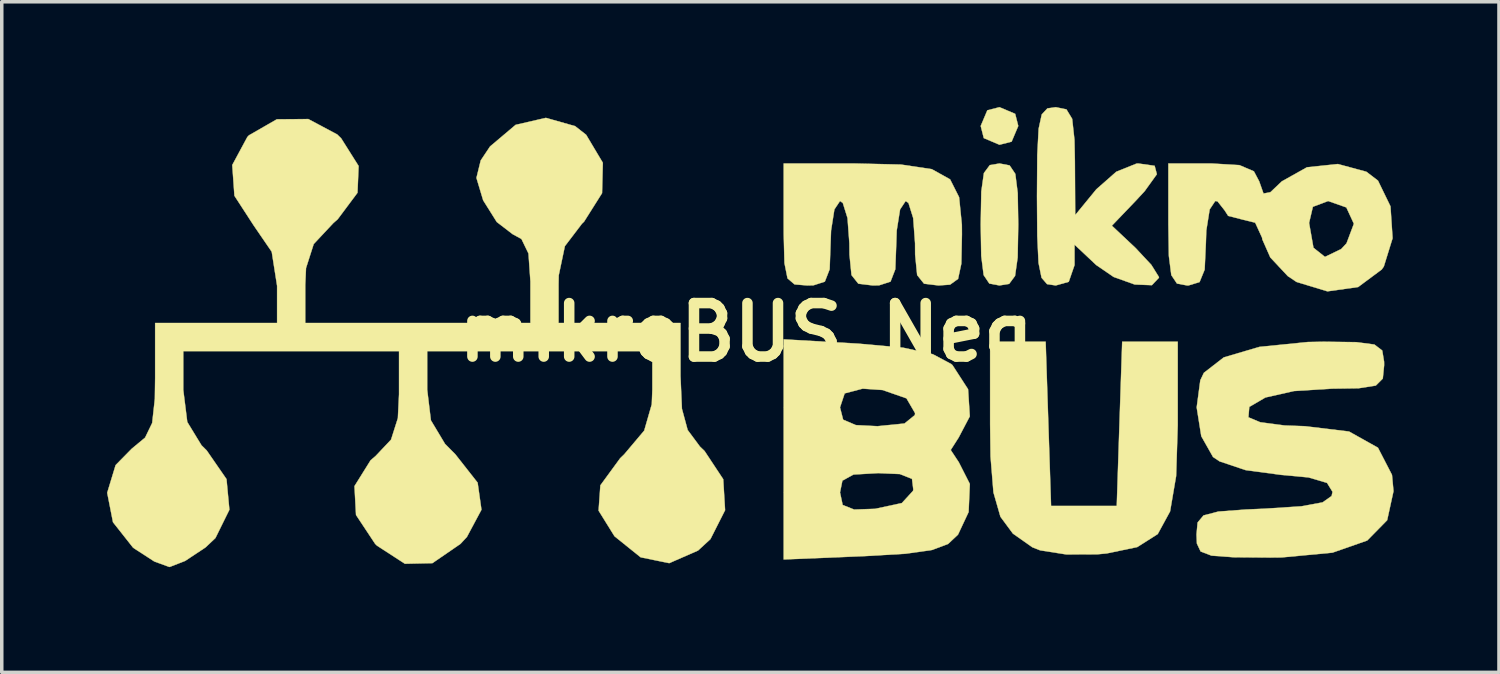
<source format=kicad_pcb>
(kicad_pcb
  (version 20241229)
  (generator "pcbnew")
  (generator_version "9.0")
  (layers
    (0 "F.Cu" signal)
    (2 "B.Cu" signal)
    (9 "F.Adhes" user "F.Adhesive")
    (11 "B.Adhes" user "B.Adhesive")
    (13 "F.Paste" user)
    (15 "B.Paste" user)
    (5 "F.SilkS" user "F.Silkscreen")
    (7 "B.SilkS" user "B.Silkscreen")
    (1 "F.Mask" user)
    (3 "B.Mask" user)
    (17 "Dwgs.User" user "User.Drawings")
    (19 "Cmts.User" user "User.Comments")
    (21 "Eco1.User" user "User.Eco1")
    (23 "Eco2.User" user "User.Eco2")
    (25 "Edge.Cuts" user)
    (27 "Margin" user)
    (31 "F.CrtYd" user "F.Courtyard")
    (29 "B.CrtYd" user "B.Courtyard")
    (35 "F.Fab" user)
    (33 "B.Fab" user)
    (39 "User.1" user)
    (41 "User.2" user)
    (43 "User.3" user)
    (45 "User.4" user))
  (footprint "mikroBUS_Neg"
    (layer "F.Cu")
    (at 18.215 6.422)
    (property "Reference" "mikroBUS_Neg" (at 0 0 0) (layer "F.SilkS") (effects (font (size 1.524 1.524) (thickness 0.3))))
    (attr through_hole)
    (fp_poly (pts (xy 7.666 -6.228) (xy 7.754 -5.882) (xy 7.565 -5.435) (xy 7.219 -5.347) (xy 6.772 -5.536) (xy 6.684 -5.882) (xy 6.873 -6.329) (xy 7.219 -6.417) (xy 7.666 -6.228)) (stroke (width 0.01) (type solid)) (fill yes) (layer "F.SilkS"))
    (fp_poly (pts (xy 7.508 -4.758) (xy 7.67 -4.517) (xy 7.739 -3.971) (xy 7.754 -3.075) (xy 7.737 -2.134) (xy 7.663 -1.61) (xy 7.495 -1.383) (xy 7.219 -1.337) (xy 6.93 -1.391) (xy 6.768 -1.632) (xy 6.699 -2.179) (xy 6.684 -3.075) (xy 6.701 -4.015) (xy 6.775 -4.54) (xy 6.943 -4.766) (xy 7.219 -4.813) (xy 7.508 -4.758)) (stroke (width 0.01) (type solid)) (fill yes) (layer "F.SilkS"))
    (fp_poly (pts (xy 8.612 2.607) (xy 8.689 4.946) (xy 10.561 4.946) (xy 10.638 2.607) (xy 10.716 0.267) (xy 12.299 0.267) (xy 12.299 2.644) (xy 12.253 4.095) (xy 12.081 5.102) (xy 11.729 5.748) (xy 11.145 6.119) (xy 10.276 6.3) (xy 10.009 6.325) (xy 9.119 6.328) (xy 8.379 6.212) (xy 8.155 6.124) (xy 7.601 5.734) (xy 7.246 5.254) (xy 7.047 4.561) (xy 6.964 3.537) (xy 6.952 2.623) (xy 6.952 0.267) (xy 8.535 0.267) (xy 8.612 2.607)) (stroke (width 0.01) (type solid)) (fill yes) (layer "F.SilkS"))
    (fp_poly (pts (xy 9.127 -6.355) (xy 9.29 -6.086) (xy 9.356 -5.486) (xy 9.368 -4.879) (xy 9.377 -3.342) (xy 9.979 -4.077) (xy 10.547 -4.577) (xy 11.125 -4.81) (xy 11.173 -4.813) (xy 11.641 -4.747) (xy 11.704 -4.507) (xy 11.357 -4.025) (xy 11.093 -3.74) (xy 10.422 -3.04) (xy 11.093 -2.409) (xy 11.546 -1.925) (xy 11.761 -1.58) (xy 11.764 -1.558) (xy 11.562 -1.345) (xy 11.073 -1.364) (xy 10.473 -1.579) (xy 9.977 -1.918) (xy 9.358 -2.5) (xy 9.358 -1.918) (xy 9.193 -1.441) (xy 8.823 -1.337) (xy 8.575 -1.375) (xy 8.418 -1.556) (xy 8.332 -1.98) (xy 8.296 -2.744) (xy 8.288 -3.877) (xy 8.296 -5.057) (xy 8.335 -5.802) (xy 8.424 -6.211) (xy 8.585 -6.383) (xy 8.823 -6.417) (xy 9.127 -6.355)) (stroke (width 0.01) (type solid)) (fill yes) (layer "F.SilkS"))
    (fp_poly (pts (xy 4.413 -4.782) (xy 5.29 -4.651) (xy 5.812 -4.36) (xy 6.068 -3.852) (xy 6.147 -3.067) (xy 6.149 -2.798) (xy 6.132 -1.959) (xy 6.039 -1.524) (xy 5.811 -1.36) (xy 5.481 -1.337) (xy 5.069 -1.387) (xy 4.873 -1.632) (xy 4.815 -2.215) (xy 4.813 -2.54) (xy 4.76 -3.258) (xy 4.625 -3.688) (xy 4.545 -3.743) (xy 4.386 -3.504) (xy 4.29 -2.9) (xy 4.278 -2.54) (xy 4.25 -1.798) (xy 4.114 -1.446) (xy 3.79 -1.341) (xy 3.609 -1.337) (xy 3.197 -1.387) (xy 3.002 -1.632) (xy 2.944 -2.215) (xy 2.941 -2.54) (xy 2.888 -3.258) (xy 2.754 -3.688) (xy 2.674 -3.743) (xy 2.514 -3.504) (xy 2.419 -2.9) (xy 2.406 -2.54) (xy 2.379 -1.798) (xy 2.242 -1.446) (xy 1.918 -1.341) (xy 1.738 -1.337) (xy 1.379 -1.367) (xy 1.178 -1.539) (xy 1.091 -1.974) (xy 1.07 -2.791) (xy 1.069 -3.075) (xy 1.069 -4.813) (xy 3.092 -4.813) (xy 4.413 -4.782)) (stroke (width 0.01) (type solid)) (fill yes) (layer "F.SilkS"))
    (fp_poly (pts (xy 3.205 0.322) (xy 4.475 0.437) (xy 5.32 0.623) (xy 5.845 0.903) (xy 5.879 0.933) (xy 6.324 1.621) (xy 6.373 2.393) (xy 6.056 2.996) (xy 5.829 3.352) (xy 6.054 3.693) (xy 6.056 3.694) (xy 6.374 4.32) (xy 6.339 5.12) (xy 6.037 5.764) (xy 5.754 6.03) (xy 5.295 6.202) (xy 4.541 6.309) (xy 3.372 6.377) (xy 3.364 6.377) (xy 1.069 6.472) (xy 1.069 4.561) (xy 2.674 4.561) (xy 2.75 4.92) (xy 3.077 5.049) (xy 3.674 5.029) (xy 4.436 4.865) (xy 4.755 4.517) (xy 4.763 4.478) (xy 4.726 4.175) (xy 4.379 4.038) (xy 3.763 4.011) (xy 3.057 4.052) (xy 2.742 4.226) (xy 2.674 4.561) (xy 1.069 4.561) (xy 1.069 2.139) (xy 2.674 2.139) (xy 2.763 2.489) (xy 3.126 2.643) (xy 3.743 2.674) (xy 4.512 2.597) (xy 4.807 2.358) (xy 4.813 2.301) (xy 4.568 1.88) (xy 3.886 1.643) (xy 3.32 1.604) (xy 2.807 1.739) (xy 2.674 2.139) (xy 1.069 2.139) (xy 1.069 0.199) (xy 3.205 0.322)) (stroke (width 0.01) (type solid)) (fill yes) (layer "F.SilkS"))
    (fp_poly (pts (xy 14.057 -4.766) (xy 14.469 -4.59) (xy 14.621 -4.303) (xy 14.743 -3.957) (xy 14.939 -3.994) (xy 15.265 -4.303) (xy 15.982 -4.705) (xy 16.863 -4.797) (xy 17.674 -4.578) (xy 18.006 -4.324) (xy 18.362 -3.591) (xy 18.422 -2.683) (xy 18.173 -1.879) (xy 18.114 -1.793) (xy 17.44 -1.292) (xy 16.566 -1.169) (xy 15.684 -1.437) (xy 15.436 -1.603) (xy 14.937 -2.135) (xy 14.707 -2.656) (xy 14.705 -2.693) (xy 14.51 -3.119) (xy 16.042 -3.119) (xy 16.167 -2.411) (xy 16.495 -2.151) (xy 16.958 -2.375) (xy 17.109 -2.537) (xy 17.319 -3.096) (xy 17.104 -3.561) (xy 16.585 -3.743) (xy 16.15 -3.579) (xy 16.042 -3.119) (xy 14.51 -3.119) (xy 14.507 -3.126) (xy 14.171 -3.208) (xy 13.736 -3.32) (xy 13.636 -3.476) (xy 13.432 -3.735) (xy 13.368 -3.743) (xy 13.209 -3.504) (xy 13.113 -2.9) (xy 13.101 -2.54) (xy 13.066 -1.788) (xy 12.921 -1.433) (xy 12.605 -1.337) (xy 12.566 -1.337) (xy 12.277 -1.391) (xy 12.116 -1.632) (xy 12.046 -2.179) (xy 12.032 -3.075) (xy 12.032 -4.813) (xy 13.26 -4.813) (xy 14.057 -4.766)) (stroke (width 0.01) (type solid)) (fill yes) (layer "F.SilkS"))
    (fp_poly (pts (xy 17.389 0.279) (xy 17.904 0.347) (xy 18.127 0.517) (xy 18.18 0.837) (xy 18.181 0.936) (xy 18.143 1.317) (xy 17.944 1.516) (xy 17.453 1.593) (xy 16.693 1.604) (xy 15.612 1.672) (xy 14.797 1.856) (xy 14.338 2.124) (xy 14.313 2.42) (xy 14.647 2.561) (xy 15.34 2.653) (xy 15.924 2.674) (xy 17.181 2.826) (xy 18.005 3.287) (xy 18.405 4.062) (xy 18.448 4.526) (xy 18.267 5.354) (xy 17.699 5.932) (xy 16.709 6.278) (xy 15.261 6.414) (xy 14.937 6.417) (xy 13.887 6.409) (xy 13.261 6.363) (xy 12.951 6.244) (xy 12.845 6.018) (xy 12.834 5.76) (xy 12.865 5.42) (xy 13.034 5.217) (xy 13.455 5.107) (xy 14.244 5.048) (xy 14.772 5.025) (xy 15.82 4.957) (xy 16.427 4.845) (xy 16.684 4.664) (xy 16.711 4.545) (xy 16.554 4.29) (xy 16.026 4.134) (xy 15.243 4.061) (xy 14.236 3.926) (xy 13.492 3.677) (xy 13.305 3.552) (xy 12.97 2.959) (xy 12.839 2.139) (xy 12.942 1.367) (xy 13.044 1.153) (xy 13.612 0.713) (xy 14.626 0.414) (xy 16.009 0.275) (xy 16.461 0.267) (xy 17.389 0.279)) (stroke (width 0.01) (type solid)) (fill yes) (layer "F.SilkS"))
    (fp_poly (pts (xy -4.875 -5.877) (xy -4.561 -5.631) (xy -4.085 -4.833) (xy -4.107 -3.968) (xy -4.62 -3.155) (xy -4.679 -3.098) (xy -5.167 -2.457) (xy -5.342 -1.625) (xy -5.347 -1.373) (xy -5.347 -0.267) (xy -1.872 -0.267) (xy -1.872 1.239) (xy -1.831 2.178) (xy -1.667 2.784) (xy -1.317 3.255) (xy -1.186 3.381) (xy -0.654 4.185) (xy -0.601 5.068) (xy -1.019 5.893) (xy -1.372 6.218) (xy -2.193 6.577) (xy -3.008 6.41) (xy -3.752 5.811) (xy -4.206 5.08) (xy -4.155 4.359) (xy -3.59 3.586) (xy -3.476 3.476) (xy -2.906 2.8) (xy -2.69 2.049) (xy -2.674 1.631) (xy -2.674 0.535) (xy -9.091 0.535) (xy -9.091 1.631) (xy -8.985 2.507) (xy -8.583 3.178) (xy -8.288 3.476) (xy -7.653 4.284) (xy -7.544 5.054) (xy -7.959 5.83) (xy -8.143 6.028) (xy -8.942 6.577) (xy -9.726 6.594) (xy -10.523 6.077) (xy -10.573 6.028) (xy -11.119 5.204) (xy -11.163 4.382) (xy -10.703 3.645) (xy -10.561 3.524) (xy -10.121 3.058) (xy -9.926 2.445) (xy -9.893 1.766) (xy -9.893 0.535) (xy -16.042 0.535) (xy -16.042 1.64) (xy -15.928 2.554) (xy -15.523 3.218) (xy -15.374 3.366) (xy -14.81 4.182) (xy -14.728 5.055) (xy -15.126 5.862) (xy -15.41 6.13) (xy -15.988 6.513) (xy -16.427 6.684) (xy -16.443 6.684) (xy -16.866 6.53) (xy -17.443 6.156) (xy -17.477 6.13) (xy -18.045 5.41) (xy -18.21 4.572) (xy -17.97 3.783) (xy -17.513 3.318) (xy -17.13 3) (xy -16.928 2.582) (xy -16.852 1.895) (xy -16.844 1.306) (xy -16.844 -0.267) (xy -13.368 -0.267) (xy -13.368 -1.325) (xy -13.521 -2.297) (xy -14.037 -3.05) (xy -14.584 -3.893) (xy -14.646 -4.769) (xy -14.216 -5.567) (xy -14.171 -5.615) (xy -13.376 -6.072) (xy -12.479 -6.079) (xy -11.656 -5.641) (xy -11.543 -5.531) (xy -11.045 -4.741) (xy -11.077 -3.979) (xy -11.641 -3.224) (xy -11.764 -3.116) (xy -12.325 -2.517) (xy -12.544 -1.833) (xy -12.566 -1.354) (xy -12.566 -0.267) (xy -6.149 -0.267) (xy -6.149 -1.453) (xy -6.204 -2.248) (xy -6.404 -2.661) (xy -6.655 -2.798) (xy -7.107 -3.145) (xy -7.492 -3.758) (xy -7.497 -3.769) (xy -7.687 -4.402) (xy -7.565 -4.9) (xy -7.299 -5.298) (xy -6.57 -5.914) (xy -5.708 -6.113) (xy -4.875 -5.877)) (stroke (width 0.01) (type solid)) (fill yes) (layer "F.SilkS")))
  (gr_rect
    (start -3 -3)
    (end 39.669 16.111)
    (stroke (width 0.1) (type default))
    (fill no)
    (layer "Edge.Cuts")))
</source>
